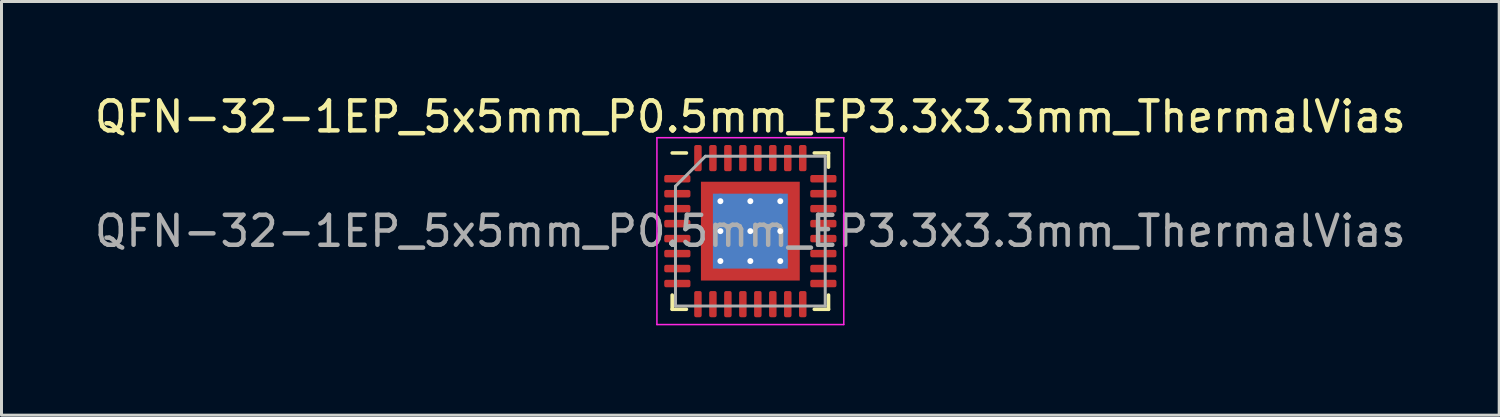
<source format=kicad_pcb>
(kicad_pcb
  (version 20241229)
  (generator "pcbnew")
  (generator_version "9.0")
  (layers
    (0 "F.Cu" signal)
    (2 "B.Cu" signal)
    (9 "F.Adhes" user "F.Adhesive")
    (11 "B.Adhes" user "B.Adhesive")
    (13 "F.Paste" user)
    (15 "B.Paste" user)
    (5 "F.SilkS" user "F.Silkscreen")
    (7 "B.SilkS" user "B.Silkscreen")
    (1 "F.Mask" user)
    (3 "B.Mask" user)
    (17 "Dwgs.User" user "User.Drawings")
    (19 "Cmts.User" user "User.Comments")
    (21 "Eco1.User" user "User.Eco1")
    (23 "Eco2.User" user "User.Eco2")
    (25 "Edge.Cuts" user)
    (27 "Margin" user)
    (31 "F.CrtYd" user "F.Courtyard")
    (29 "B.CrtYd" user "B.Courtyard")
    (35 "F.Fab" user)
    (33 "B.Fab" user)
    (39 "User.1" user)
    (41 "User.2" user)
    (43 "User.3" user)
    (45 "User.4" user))
  (footprint "QFN-32-1EP_5x5mm_P0.5mm_EP3.3x3.3mm_ThermalVias"
    (layer "F.Cu")
    (at 22.006 4.668)
    (property "Reference" "QFN-32-1EP_5x5mm_P0.5mm_EP3.3x3.3mm_ThermalVias" (at 0 -3.82 0) (layer "F.SilkS") (effects (font (size 1 1) (thickness 0.15))))
    (attr smd)
    (fp_line (start -2.61 2.61) (end -2.61 2.135) (stroke (width 0.12) (type solid)) (layer "F.SilkS"))
    (fp_line (start -2.135 -2.61) (end -2.61 -2.61) (stroke (width 0.12) (type solid)) (layer "F.SilkS"))
    (fp_line (start -2.135 2.61) (end -2.61 2.61) (stroke (width 0.12) (type solid)) (layer "F.SilkS"))
    (fp_line (start 2.135 -2.61) (end 2.61 -2.61) (stroke (width 0.12) (type solid)) (layer "F.SilkS"))
    (fp_line (start 2.135 2.61) (end 2.61 2.61) (stroke (width 0.12) (type solid)) (layer "F.SilkS"))
    (fp_line (start 2.61 -2.61) (end 2.61 -2.135) (stroke (width 0.12) (type solid)) (layer "F.SilkS"))
    (fp_line (start 2.61 2.61) (end 2.61 2.135) (stroke (width 0.12) (type solid)) (layer "F.SilkS"))
    (fp_line (start -3.12 -3.12) (end -3.12 3.12) (stroke (width 0.05) (type solid)) (layer "F.CrtYd"))
    (fp_line (start -3.12 3.12) (end 3.12 3.12) (stroke (width 0.05) (type solid)) (layer "F.CrtYd"))
    (fp_line (start 3.12 -3.12) (end -3.12 -3.12) (stroke (width 0.05) (type solid)) (layer "F.CrtYd"))
    (fp_line (start 3.12 3.12) (end 3.12 -3.12) (stroke (width 0.05) (type solid)) (layer "F.CrtYd"))
    (fp_line (start -2.5 -1.5) (end -1.5 -2.5) (stroke (width 0.1) (type solid)) (layer "F.Fab"))
    (fp_line (start -2.5 2.5) (end -2.5 -1.5) (stroke (width 0.1) (type solid)) (layer "F.Fab"))
    (fp_line (start -1.5 -2.5) (end 2.5 -2.5) (stroke (width 0.1) (type solid)) (layer "F.Fab"))
    (fp_line (start 2.5 -2.5) (end 2.5 2.5) (stroke (width 0.1) (type solid)) (layer "F.Fab"))
    (fp_line (start 2.5 2.5) (end -2.5 2.5) (stroke (width 0.1) (type solid)) (layer "F.Fab"))
    (fp_text user "${REFERENCE}" (at 0 0 0) (layer "F.Fab") (effects (font (size 1 1) (thickness 0.15))))
    (pad "" smd custom (at -1.325 -1.325) (size 0.413 0.413) (layers "F.Paste") (options (anchor circle)) (primitives (gr_poly (pts (xy -0.151 -0.151) (xy 0.151 -0.151) (xy 0.151 0.059) (xy 0.059 0.151) (xy -0.151 0.151)) (width 0.222) (fill yes))))
    (pad "" smd custom (at -1.325 -0.5) (size 0.437 0.437) (layers "F.Paste") (options (anchor circle)) (primitives (gr_poly (pts (xy -0.175 -0.316) (xy 0.103 -0.316) (xy 0.175 -0.244) (xy 0.175 0.244) (xy 0.103 0.316) (xy -0.175 0.316)) (width 0.174) (fill yes))))
    (pad "" smd custom (at -1.325 0.5) (size 0.437 0.437) (layers "F.Paste") (options (anchor circle)) (primitives (gr_poly (pts (xy -0.175 -0.316) (xy 0.103 -0.316) (xy 0.175 -0.244) (xy 0.175 0.244) (xy 0.103 0.316) (xy -0.175 0.316)) (width 0.174) (fill yes))))
    (pad "" smd custom (at -1.325 1.325) (size 0.413 0.413) (layers "F.Paste") (options (anchor circle)) (primitives (gr_poly (pts (xy -0.151 -0.151) (xy 0.059 -0.151) (xy 0.151 -0.059) (xy 0.151 0.151) (xy -0.151 0.151)) (width 0.222) (fill yes))))
    (pad "" smd custom (at -0.5 -1.325) (size 0.437 0.437) (layers "F.Paste") (options (anchor circle)) (primitives (gr_poly (pts (xy -0.316 -0.175) (xy 0.316 -0.175) (xy 0.316 0.103) (xy 0.244 0.175) (xy -0.244 0.175) (xy -0.316 0.103)) (width 0.174) (fill yes))))
    (pad "" smd roundrect (at -0.5 -0.5) (size 0.806 0.806) (layers "F.Paste") (roundrect_rratio 0.25))
    (pad "" smd roundrect (at -0.5 0.5) (size 0.806 0.806) (layers "F.Paste") (roundrect_rratio 0.25))
    (pad "" smd custom (at -0.5 1.325) (size 0.437 0.437) (layers "F.Paste") (options (anchor circle)) (primitives (gr_poly (pts (xy -0.316 -0.103) (xy -0.244 -0.175) (xy 0.244 -0.175) (xy 0.316 -0.103) (xy 0.316 0.175) (xy -0.316 0.175)) (width 0.174) (fill yes))))
    (pad "" smd custom (at 0.5 -1.325) (size 0.437 0.437) (layers "F.Paste") (options (anchor circle)) (primitives (gr_poly (pts (xy -0.316 -0.175) (xy 0.316 -0.175) (xy 0.316 0.103) (xy 0.244 0.175) (xy -0.244 0.175) (xy -0.316 0.103)) (width 0.174) (fill yes))))
    (pad "" smd roundrect (at 0.5 -0.5) (size 0.806 0.806) (layers "F.Paste") (roundrect_rratio 0.25))
    (pad "" smd roundrect (at 0.5 0.5) (size 0.806 0.806) (layers "F.Paste") (roundrect_rratio 0.25))
    (pad "" smd custom (at 0.5 1.325) (size 0.437 0.437) (layers "F.Paste") (options (anchor circle)) (primitives (gr_poly (pts (xy -0.316 -0.103) (xy -0.244 -0.175) (xy 0.244 -0.175) (xy 0.316 -0.103) (xy 0.316 0.175) (xy -0.316 0.175)) (width 0.174) (fill yes))))
    (pad "" smd custom (at 1.325 -1.325) (size 0.413 0.413) (layers "F.Paste") (options (anchor circle)) (primitives (gr_poly (pts (xy -0.151 -0.151) (xy 0.151 -0.151) (xy 0.151 0.151) (xy -0.059 0.151) (xy -0.151 0.059)) (width 0.222) (fill yes))))
    (pad "" smd custom (at 1.325 -0.5) (size 0.437 0.437) (layers "F.Paste") (options (anchor circle)) (primitives (gr_poly (pts (xy -0.175 -0.244) (xy -0.103 -0.316) (xy 0.175 -0.316) (xy 0.175 0.316) (xy -0.103 0.316) (xy -0.175 0.244)) (width 0.174) (fill yes))))
    (pad "" smd custom (at 1.325 0.5) (size 0.437 0.437) (layers "F.Paste") (options (anchor circle)) (primitives (gr_poly (pts (xy -0.175 -0.244) (xy -0.103 -0.316) (xy 0.175 -0.316) (xy 0.175 0.316) (xy -0.103 0.316) (xy -0.175 0.244)) (width 0.174) (fill yes))))
    (pad "" smd custom (at 1.325 1.325) (size 0.413 0.413) (layers "F.Paste") (options (anchor circle)) (primitives (gr_poly (pts (xy -0.151 -0.059) (xy -0.059 -0.151) (xy 0.151 -0.151) (xy 0.151 0.151) (xy -0.151 0.151)) (width 0.222) (fill yes))))
    (pad "1" smd roundrect (at -2.438 -1.75) (size 0.875 0.25) (layers "F.Cu" "F.Mask" "F.Paste") (roundrect_rratio 0.25))
    (pad "2" smd roundrect (at -2.438 -1.25) (size 0.875 0.25) (layers "F.Cu" "F.Mask" "F.Paste") (roundrect_rratio 0.25))
    (pad "3" smd roundrect (at -2.438 -0.75) (size 0.875 0.25) (layers "F.Cu" "F.Mask" "F.Paste") (roundrect_rratio 0.25))
    (pad "4" smd roundrect (at -2.438 -0.25) (size 0.875 0.25) (layers "F.Cu" "F.Mask" "F.Paste") (roundrect_rratio 0.25))
    (pad "5" smd roundrect (at -2.438 0.25) (size 0.875 0.25) (layers "F.Cu" "F.Mask" "F.Paste") (roundrect_rratio 0.25))
    (pad "6" smd roundrect (at -2.438 0.75) (size 0.875 0.25) (layers "F.Cu" "F.Mask" "F.Paste") (roundrect_rratio 0.25))
    (pad "7" smd roundrect (at -2.438 1.25) (size 0.875 0.25) (layers "F.Cu" "F.Mask" "F.Paste") (roundrect_rratio 0.25))
    (pad "8" smd roundrect (at -2.438 1.75) (size 0.875 0.25) (layers "F.Cu" "F.Mask" "F.Paste") (roundrect_rratio 0.25))
    (pad "9" smd roundrect (at -1.75 2.438) (size 0.25 0.875) (layers "F.Cu" "F.Mask" "F.Paste") (roundrect_rratio 0.25))
    (pad "10" smd roundrect (at -1.25 2.438) (size 0.25 0.875) (layers "F.Cu" "F.Mask" "F.Paste") (roundrect_rratio 0.25))
    (pad "11" smd roundrect (at -0.75 2.438) (size 0.25 0.875) (layers "F.Cu" "F.Mask" "F.Paste") (roundrect_rratio 0.25))
    (pad "12" smd roundrect (at -0.25 2.438) (size 0.25 0.875) (layers "F.Cu" "F.Mask" "F.Paste") (roundrect_rratio 0.25))
    (pad "13" smd roundrect (at 0.25 2.438) (size 0.25 0.875) (layers "F.Cu" "F.Mask" "F.Paste") (roundrect_rratio 0.25))
    (pad "14" smd roundrect (at 0.75 2.438) (size 0.25 0.875) (layers "F.Cu" "F.Mask" "F.Paste") (roundrect_rratio 0.25))
    (pad "15" smd roundrect (at 1.25 2.438) (size 0.25 0.875) (layers "F.Cu" "F.Mask" "F.Paste") (roundrect_rratio 0.25))
    (pad "16" smd roundrect (at 1.75 2.438) (size 0.25 0.875) (layers "F.Cu" "F.Mask" "F.Paste") (roundrect_rratio 0.25))
    (pad "17" smd roundrect (at 2.438 1.75) (size 0.875 0.25) (layers "F.Cu" "F.Mask" "F.Paste") (roundrect_rratio 0.25))
    (pad "18" smd roundrect (at 2.438 1.25) (size 0.875 0.25) (layers "F.Cu" "F.Mask" "F.Paste") (roundrect_rratio 0.25))
    (pad "19" smd roundrect (at 2.438 0.75) (size 0.875 0.25) (layers "F.Cu" "F.Mask" "F.Paste") (roundrect_rratio 0.25))
    (pad "20" smd roundrect (at 2.438 0.25) (size 0.875 0.25) (layers "F.Cu" "F.Mask" "F.Paste") (roundrect_rratio 0.25))
    (pad "21" smd roundrect (at 2.438 -0.25) (size 0.875 0.25) (layers "F.Cu" "F.Mask" "F.Paste") (roundrect_rratio 0.25))
    (pad "22" smd roundrect (at 2.438 -0.75) (size 0.875 0.25) (layers "F.Cu" "F.Mask" "F.Paste") (roundrect_rratio 0.25))
    (pad "23" smd roundrect (at 2.438 -1.25) (size 0.875 0.25) (layers "F.Cu" "F.Mask" "F.Paste") (roundrect_rratio 0.25))
    (pad "24" smd roundrect (at 2.438 -1.75) (size 0.875 0.25) (layers "F.Cu" "F.Mask" "F.Paste") (roundrect_rratio 0.25))
    (pad "25" smd roundrect (at 1.75 -2.438) (size 0.25 0.875) (layers "F.Cu" "F.Mask" "F.Paste") (roundrect_rratio 0.25))
    (pad "26" smd roundrect (at 1.25 -2.438) (size 0.25 0.875) (layers "F.Cu" "F.Mask" "F.Paste") (roundrect_rratio 0.25))
    (pad "27" smd roundrect (at 0.75 -2.438) (size 0.25 0.875) (layers "F.Cu" "F.Mask" "F.Paste") (roundrect_rratio 0.25))
    (pad "28" smd roundrect (at 0.25 -2.438) (size 0.25 0.875) (layers "F.Cu" "F.Mask" "F.Paste") (roundrect_rratio 0.25))
    (pad "29" smd roundrect (at -0.25 -2.438) (size 0.25 0.875) (layers "F.Cu" "F.Mask" "F.Paste") (roundrect_rratio 0.25))
    (pad "30" smd roundrect (at -0.75 -2.438) (size 0.25 0.875) (layers "F.Cu" "F.Mask" "F.Paste") (roundrect_rratio 0.25))
    (pad "31" smd roundrect (at -1.25 -2.438) (size 0.25 0.875) (layers "F.Cu" "F.Mask" "F.Paste") (roundrect_rratio 0.25))
    (pad "32" smd roundrect (at -1.75 -2.438) (size 0.25 0.875) (layers "F.Cu" "F.Mask" "F.Paste") (roundrect_rratio 0.25))
    (pad "33" thru_hole circle (at -1 -1) (size 0.5 0.5) (drill 0.2) (layers "*.Cu"))
    (pad "33" thru_hole circle (at -1 0) (size 0.5 0.5) (drill 0.2) (layers "*.Cu"))
    (pad "33" thru_hole circle (at -1 1) (size 0.5 0.5) (drill 0.2) (layers "*.Cu"))
    (pad "33" thru_hole circle (at 0 -1) (size 0.5 0.5) (drill 0.2) (layers "*.Cu"))
    (pad "33" thru_hole circle (at 0 0) (size 0.5 0.5) (drill 0.2) (layers "*.Cu"))
    (pad "33" smd rect (at 0 0) (size 2.5 2.5) (layers "B.Cu"))
    (pad "33" smd rect (at 0 0) (size 3.3 3.3) (layers "F.Cu" "F.Mask"))
    (pad "33" thru_hole circle (at 0 1) (size 0.5 0.5) (drill 0.2) (layers "*.Cu"))
    (pad "33" thru_hole circle (at 1 -1) (size 0.5 0.5) (drill 0.2) (layers "*.Cu"))
    (pad "33" thru_hole circle (at 1 0) (size 0.5 0.5) (drill 0.2) (layers "*.Cu"))
    (pad "33" thru_hole circle (at 1 1) (size 0.5 0.5) (drill 0.2) (layers "*.Cu")))
  (gr_rect
    (start -3 -3)
    (end 47.012 10.813)
    (stroke (width 0.1) (type default))
    (fill no)
    (layer "Edge.Cuts")))
</source>
